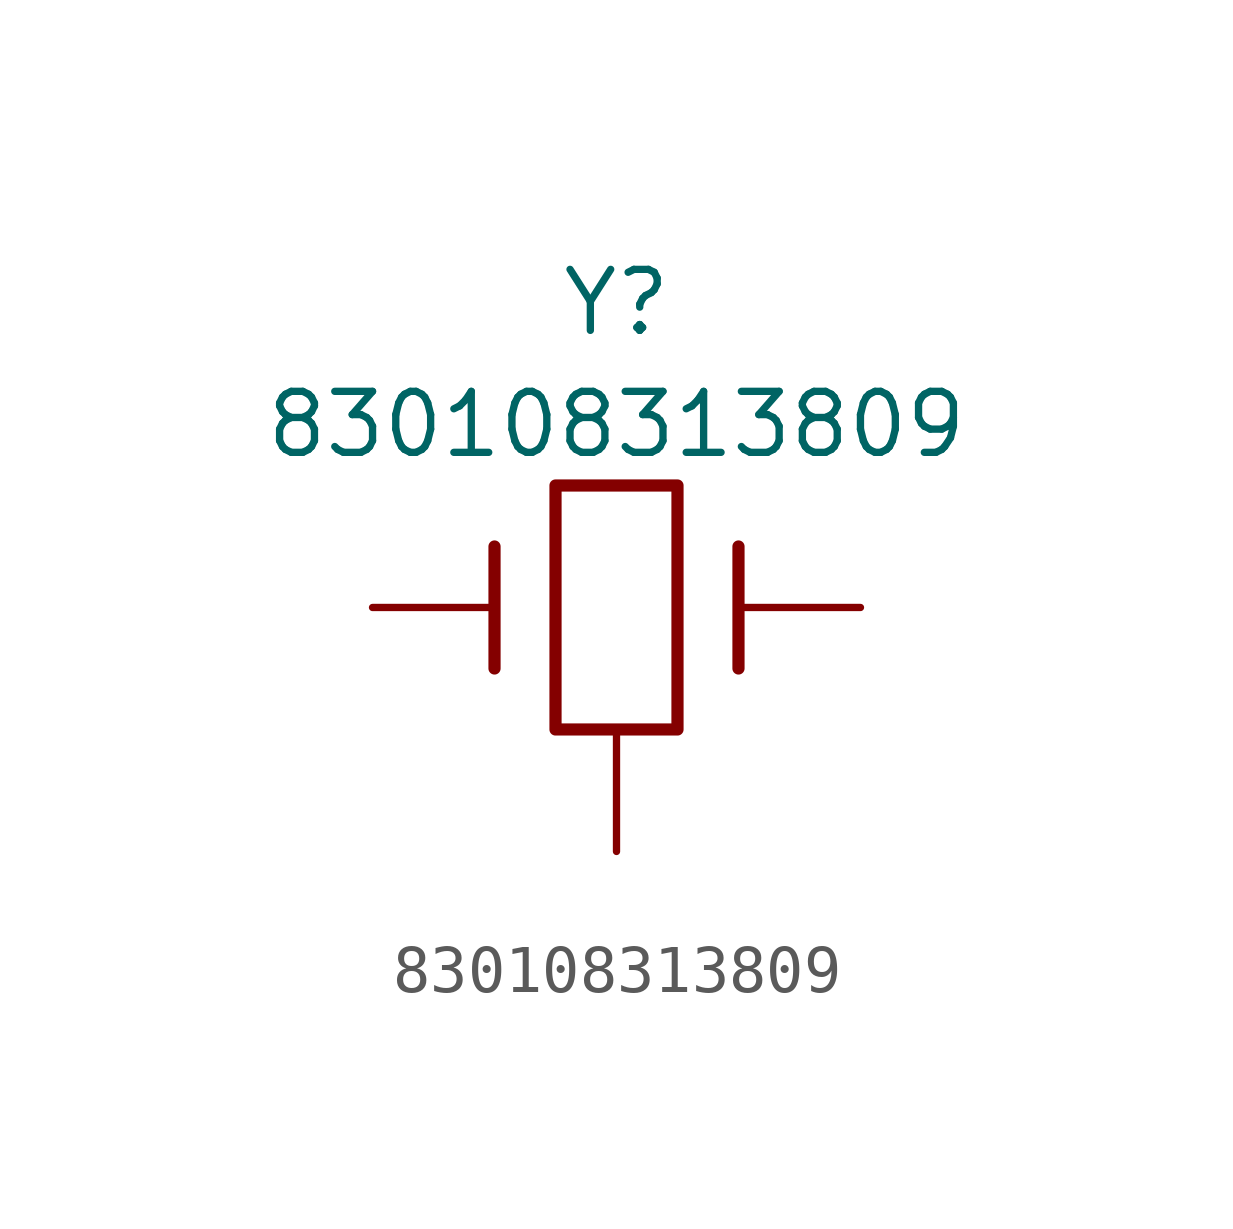
<source format=kicad_sym>
(kicad_symbol_lib
  (version 20211014)
  (generator kicad_symbol_editor)
  (symbol "830108313809"
    (pin_numbers hide)
    (pin_names
      (offset 1.016) hide)
    (property "Reference" "Y"
      (at 0 6.35 0)
      (effects (font (size 1.27 1.27))))
    (property "Value" "830108313809"
      (at 0 3.81 0)
      (effects (font (size 1.27 1.27))))
    (symbol "830108313809_0_1"
      (rectangle (start -1.27 2.54) (end 1.27 -2.54) (stroke (width 0.254) (type default) (color 0 0 0 0)) (fill (type none)))
      (polyline (pts (xy -2.54 -1.27) (xy -2.54 1.27)) (stroke (width 0.254) (type default) (color 0 0 0 0)) (fill (type none)))
      (polyline (pts (xy 2.54 -1.27) (xy 2.54 1.27)) (stroke (width 0.254) (type default) (color 0 0 0 0)) (fill (type none))))
    (symbol "830108313809_1_1"
      (pin passive line (at -5.08 0 0) (length 2.54) (name "" (effects (font (size 1.016 1.016)))) (number "1" (effects (font (size 1.016 1.016)))))
      (pin passive line (at 0 -5.08 90) (length 2.54) (name "" (effects (font (size 1.27 1.27)))) (number "2" (effects (font (size 1.27 1.27)))))
      (pin passive line (at 5.08 0 180) (length 2.54) (name "" (effects (font (size 1.016 1.016)))) (number "3" (effects (font (size 1.016 1.016)))))
      (pin passive line (at 0 -5.08 90) (length 2.54) hide (name "" (effects (font (size 1.27 1.27)))) (number "4" (effects (font (size 1.27 1.27))))))))
</source>
